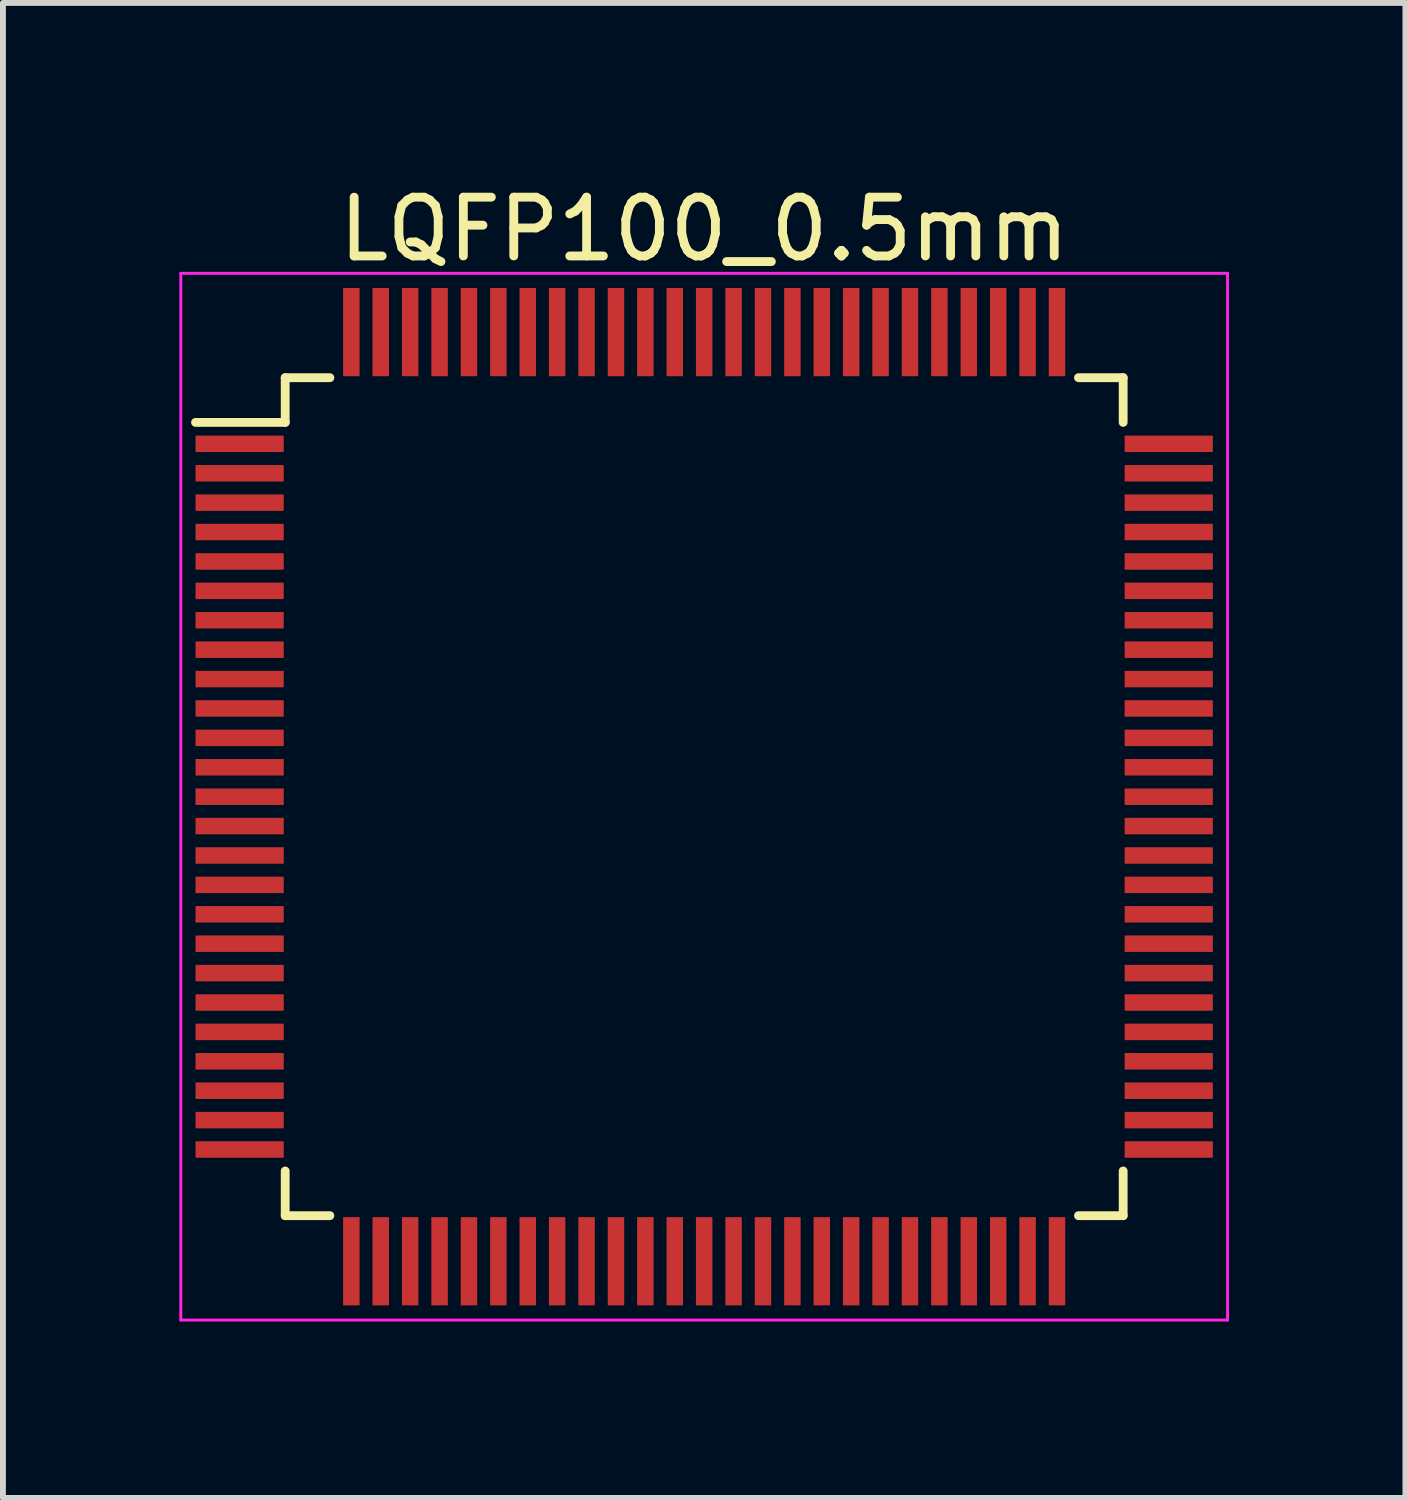
<source format=kicad_pcb>
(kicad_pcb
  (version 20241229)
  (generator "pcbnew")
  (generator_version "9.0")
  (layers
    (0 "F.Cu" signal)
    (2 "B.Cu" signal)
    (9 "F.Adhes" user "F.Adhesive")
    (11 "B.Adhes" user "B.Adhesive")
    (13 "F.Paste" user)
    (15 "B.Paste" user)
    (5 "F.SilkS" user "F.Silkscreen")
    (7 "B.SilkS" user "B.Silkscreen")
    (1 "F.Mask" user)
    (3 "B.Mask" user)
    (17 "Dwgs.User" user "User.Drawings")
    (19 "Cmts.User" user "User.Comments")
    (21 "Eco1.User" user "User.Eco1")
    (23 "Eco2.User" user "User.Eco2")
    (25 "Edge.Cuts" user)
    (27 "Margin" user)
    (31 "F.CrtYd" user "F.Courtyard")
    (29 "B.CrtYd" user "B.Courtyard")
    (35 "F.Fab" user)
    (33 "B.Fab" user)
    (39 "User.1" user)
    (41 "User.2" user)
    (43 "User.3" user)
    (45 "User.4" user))
  (footprint "LQFP100_0.5mm"
    (layer "F.Cu")
    (at 8.925 10.498)
    (property "Reference" "LQFP100_0.5mm" (at 0 -9.65 0) (layer "F.SilkS") (effects (font (size 1 1) (thickness 0.15))))
    (attr smd)
    (fp_line (start -7.125 -7.125) (end -7.125 -6.365) (stroke (width 0.15) (type solid)) (layer "F.SilkS"))
    (fp_line (start -7.125 -7.125) (end -6.365 -7.125) (stroke (width 0.15) (type solid)) (layer "F.SilkS"))
    (fp_line (start -7.125 -6.365) (end -8.65 -6.365) (stroke (width 0.15) (type solid)) (layer "F.SilkS"))
    (fp_line (start -7.125 7.125) (end -7.125 6.365) (stroke (width 0.15) (type solid)) (layer "F.SilkS"))
    (fp_line (start -7.125 7.125) (end -6.365 7.125) (stroke (width 0.15) (type solid)) (layer "F.SilkS"))
    (fp_line (start 7.125 -7.125) (end 6.365 -7.125) (stroke (width 0.15) (type solid)) (layer "F.SilkS"))
    (fp_line (start 7.125 -7.125) (end 7.125 -6.365) (stroke (width 0.15) (type solid)) (layer "F.SilkS"))
    (fp_line (start 7.125 7.125) (end 6.365 7.125) (stroke (width 0.15) (type solid)) (layer "F.SilkS"))
    (fp_line (start 7.125 7.125) (end 7.125 6.365) (stroke (width 0.15) (type solid)) (layer "F.SilkS"))
    (fp_line (start -8.9 -8.9) (end -8.9 8.9) (stroke (width 0.05) (type solid)) (layer "F.CrtYd"))
    (fp_line (start -8.9 -8.9) (end 8.9 -8.9) (stroke (width 0.05) (type solid)) (layer "F.CrtYd"))
    (fp_line (start -8.9 8.9) (end 8.9 8.9) (stroke (width 0.05) (type solid)) (layer "F.CrtYd"))
    (fp_line (start 8.9 -8.9) (end 8.9 8.9) (stroke (width 0.05) (type solid)) (layer "F.CrtYd"))
    (pad "1" smd rect (at -7.9 -6) (size 1.5 0.28) (layers "F.Cu" "F.Mask" "F.Paste"))
    (pad "2" smd rect (at -7.9 -5.5) (size 1.5 0.28) (layers "F.Cu" "F.Mask" "F.Paste"))
    (pad "3" smd rect (at -7.9 -5) (size 1.5 0.28) (layers "F.Cu" "F.Mask" "F.Paste"))
    (pad "4" smd rect (at -7.9 -4.5) (size 1.5 0.28) (layers "F.Cu" "F.Mask" "F.Paste"))
    (pad "5" smd rect (at -7.9 -4) (size 1.5 0.28) (layers "F.Cu" "F.Mask" "F.Paste"))
    (pad "6" smd rect (at -7.9 -3.5) (size 1.5 0.28) (layers "F.Cu" "F.Mask" "F.Paste"))
    (pad "7" smd rect (at -7.9 -3) (size 1.5 0.28) (layers "F.Cu" "F.Mask" "F.Paste"))
    (pad "8" smd rect (at -7.9 -2.5) (size 1.5 0.28) (layers "F.Cu" "F.Mask" "F.Paste"))
    (pad "9" smd rect (at -7.9 -2) (size 1.5 0.28) (layers "F.Cu" "F.Mask" "F.Paste"))
    (pad "10" smd rect (at -7.9 -1.5) (size 1.5 0.28) (layers "F.Cu" "F.Mask" "F.Paste"))
    (pad "11" smd rect (at -7.9 -1) (size 1.5 0.28) (layers "F.Cu" "F.Mask" "F.Paste"))
    (pad "12" smd rect (at -7.9 -0.5) (size 1.5 0.28) (layers "F.Cu" "F.Mask" "F.Paste"))
    (pad "13" smd rect (at -7.9 0) (size 1.5 0.28) (layers "F.Cu" "F.Mask" "F.Paste"))
    (pad "14" smd rect (at -7.9 0.5) (size 1.5 0.28) (layers "F.Cu" "F.Mask" "F.Paste"))
    (pad "15" smd rect (at -7.9 1) (size 1.5 0.28) (layers "F.Cu" "F.Mask" "F.Paste"))
    (pad "16" smd rect (at -7.9 1.5) (size 1.5 0.28) (layers "F.Cu" "F.Mask" "F.Paste"))
    (pad "17" smd rect (at -7.9 2) (size 1.5 0.28) (layers "F.Cu" "F.Mask" "F.Paste"))
    (pad "18" smd rect (at -7.9 2.5) (size 1.5 0.28) (layers "F.Cu" "F.Mask" "F.Paste"))
    (pad "19" smd rect (at -7.9 3) (size 1.5 0.28) (layers "F.Cu" "F.Mask" "F.Paste"))
    (pad "20" smd rect (at -7.9 3.5) (size 1.5 0.28) (layers "F.Cu" "F.Mask" "F.Paste"))
    (pad "21" smd rect (at -7.9 4) (size 1.5 0.28) (layers "F.Cu" "F.Mask" "F.Paste"))
    (pad "22" smd rect (at -7.9 4.5) (size 1.5 0.28) (layers "F.Cu" "F.Mask" "F.Paste"))
    (pad "23" smd rect (at -7.9 5) (size 1.5 0.28) (layers "F.Cu" "F.Mask" "F.Paste"))
    (pad "24" smd rect (at -7.9 5.5) (size 1.5 0.28) (layers "F.Cu" "F.Mask" "F.Paste"))
    (pad "25" smd rect (at -7.9 6) (size 1.5 0.28) (layers "F.Cu" "F.Mask" "F.Paste"))
    (pad "26" smd rect (at -6 7.9 90) (size 1.5 0.28) (layers "F.Cu" "F.Mask" "F.Paste"))
    (pad "27" smd rect (at -5.5 7.9 90) (size 1.5 0.28) (layers "F.Cu" "F.Mask" "F.Paste"))
    (pad "28" smd rect (at -5 7.9 90) (size 1.5 0.28) (layers "F.Cu" "F.Mask" "F.Paste"))
    (pad "29" smd rect (at -4.5 7.9 90) (size 1.5 0.28) (layers "F.Cu" "F.Mask" "F.Paste"))
    (pad "30" smd rect (at -4 7.9 90) (size 1.5 0.28) (layers "F.Cu" "F.Mask" "F.Paste"))
    (pad "31" smd rect (at -3.5 7.9 90) (size 1.5 0.28) (layers "F.Cu" "F.Mask" "F.Paste"))
    (pad "32" smd rect (at -3 7.9 90) (size 1.5 0.28) (layers "F.Cu" "F.Mask" "F.Paste"))
    (pad "33" smd rect (at -2.5 7.9 90) (size 1.5 0.28) (layers "F.Cu" "F.Mask" "F.Paste"))
    (pad "34" smd rect (at -2 7.9 90) (size 1.5 0.28) (layers "F.Cu" "F.Mask" "F.Paste"))
    (pad "35" smd rect (at -1.5 7.9 90) (size 1.5 0.28) (layers "F.Cu" "F.Mask" "F.Paste"))
    (pad "36" smd rect (at -1 7.9 90) (size 1.5 0.28) (layers "F.Cu" "F.Mask" "F.Paste"))
    (pad "37" smd rect (at -0.5 7.9 90) (size 1.5 0.28) (layers "F.Cu" "F.Mask" "F.Paste"))
    (pad "38" smd rect (at 0 7.9 90) (size 1.5 0.28) (layers "F.Cu" "F.Mask" "F.Paste"))
    (pad "39" smd rect (at 0.5 7.9 90) (size 1.5 0.28) (layers "F.Cu" "F.Mask" "F.Paste"))
    (pad "40" smd rect (at 1 7.9 90) (size 1.5 0.28) (layers "F.Cu" "F.Mask" "F.Paste"))
    (pad "41" smd rect (at 1.5 7.9 90) (size 1.5 0.28) (layers "F.Cu" "F.Mask" "F.Paste"))
    (pad "42" smd rect (at 2 7.9 90) (size 1.5 0.28) (layers "F.Cu" "F.Mask" "F.Paste"))
    (pad "43" smd rect (at 2.5 7.9 90) (size 1.5 0.28) (layers "F.Cu" "F.Mask" "F.Paste"))
    (pad "44" smd rect (at 3 7.9 90) (size 1.5 0.28) (layers "F.Cu" "F.Mask" "F.Paste"))
    (pad "45" smd rect (at 3.5 7.9 90) (size 1.5 0.28) (layers "F.Cu" "F.Mask" "F.Paste"))
    (pad "46" smd rect (at 4 7.9 90) (size 1.5 0.28) (layers "F.Cu" "F.Mask" "F.Paste"))
    (pad "47" smd rect (at 4.5 7.9 90) (size 1.5 0.28) (layers "F.Cu" "F.Mask" "F.Paste"))
    (pad "48" smd rect (at 5 7.9 90) (size 1.5 0.28) (layers "F.Cu" "F.Mask" "F.Paste"))
    (pad "49" smd rect (at 5.5 7.9 90) (size 1.5 0.28) (layers "F.Cu" "F.Mask" "F.Paste"))
    (pad "50" smd rect (at 6 7.9 90) (size 1.5 0.28) (layers "F.Cu" "F.Mask" "F.Paste"))
    (pad "51" smd rect (at 7.9 6) (size 1.5 0.28) (layers "F.Cu" "F.Mask" "F.Paste"))
    (pad "52" smd rect (at 7.9 5.5) (size 1.5 0.28) (layers "F.Cu" "F.Mask" "F.Paste"))
    (pad "53" smd rect (at 7.9 5) (size 1.5 0.28) (layers "F.Cu" "F.Mask" "F.Paste"))
    (pad "54" smd rect (at 7.9 4.5) (size 1.5 0.28) (layers "F.Cu" "F.Mask" "F.Paste"))
    (pad "55" smd rect (at 7.9 4) (size 1.5 0.28) (layers "F.Cu" "F.Mask" "F.Paste"))
    (pad "56" smd rect (at 7.9 3.5) (size 1.5 0.28) (layers "F.Cu" "F.Mask" "F.Paste"))
    (pad "57" smd rect (at 7.9 3) (size 1.5 0.28) (layers "F.Cu" "F.Mask" "F.Paste"))
    (pad "58" smd rect (at 7.9 2.5) (size 1.5 0.28) (layers "F.Cu" "F.Mask" "F.Paste"))
    (pad "59" smd rect (at 7.9 2) (size 1.5 0.28) (layers "F.Cu" "F.Mask" "F.Paste"))
    (pad "60" smd rect (at 7.9 1.5) (size 1.5 0.28) (layers "F.Cu" "F.Mask" "F.Paste"))
    (pad "61" smd rect (at 7.9 1) (size 1.5 0.28) (layers "F.Cu" "F.Mask" "F.Paste"))
    (pad "62" smd rect (at 7.9 0.5) (size 1.5 0.28) (layers "F.Cu" "F.Mask" "F.Paste"))
    (pad "63" smd rect (at 7.9 0) (size 1.5 0.28) (layers "F.Cu" "F.Mask" "F.Paste"))
    (pad "64" smd rect (at 7.9 -0.5) (size 1.5 0.28) (layers "F.Cu" "F.Mask" "F.Paste"))
    (pad "65" smd rect (at 7.9 -1) (size 1.5 0.28) (layers "F.Cu" "F.Mask" "F.Paste"))
    (pad "66" smd rect (at 7.9 -1.5) (size 1.5 0.28) (layers "F.Cu" "F.Mask" "F.Paste"))
    (pad "67" smd rect (at 7.9 -2) (size 1.5 0.28) (layers "F.Cu" "F.Mask" "F.Paste"))
    (pad "68" smd rect (at 7.9 -2.5) (size 1.5 0.28) (layers "F.Cu" "F.Mask" "F.Paste"))
    (pad "69" smd rect (at 7.9 -3) (size 1.5 0.28) (layers "F.Cu" "F.Mask" "F.Paste"))
    (pad "70" smd rect (at 7.9 -3.5) (size 1.5 0.28) (layers "F.Cu" "F.Mask" "F.Paste"))
    (pad "71" smd rect (at 7.9 -4) (size 1.5 0.28) (layers "F.Cu" "F.Mask" "F.Paste"))
    (pad "72" smd rect (at 7.9 -4.5) (size 1.5 0.28) (layers "F.Cu" "F.Mask" "F.Paste"))
    (pad "73" smd rect (at 7.9 -5) (size 1.5 0.28) (layers "F.Cu" "F.Mask" "F.Paste"))
    (pad "74" smd rect (at 7.9 -5.5) (size 1.5 0.28) (layers "F.Cu" "F.Mask" "F.Paste"))
    (pad "75" smd rect (at 7.9 -6) (size 1.5 0.28) (layers "F.Cu" "F.Mask" "F.Paste"))
    (pad "76" smd rect (at 6 -7.9 90) (size 1.5 0.28) (layers "F.Cu" "F.Mask" "F.Paste"))
    (pad "77" smd rect (at 5.5 -7.9 90) (size 1.5 0.28) (layers "F.Cu" "F.Mask" "F.Paste"))
    (pad "78" smd rect (at 5 -7.9 90) (size 1.5 0.28) (layers "F.Cu" "F.Mask" "F.Paste"))
    (pad "79" smd rect (at 4.5 -7.9 90) (size 1.5 0.28) (layers "F.Cu" "F.Mask" "F.Paste"))
    (pad "80" smd rect (at 4 -7.9 90) (size 1.5 0.28) (layers "F.Cu" "F.Mask" "F.Paste"))
    (pad "81" smd rect (at 3.5 -7.9 90) (size 1.5 0.28) (layers "F.Cu" "F.Mask" "F.Paste"))
    (pad "82" smd rect (at 3 -7.9 90) (size 1.5 0.28) (layers "F.Cu" "F.Mask" "F.Paste"))
    (pad "83" smd rect (at 2.5 -7.9 90) (size 1.5 0.28) (layers "F.Cu" "F.Mask" "F.Paste"))
    (pad "84" smd rect (at 2 -7.9 90) (size 1.5 0.28) (layers "F.Cu" "F.Mask" "F.Paste"))
    (pad "85" smd rect (at 1.5 -7.9 90) (size 1.5 0.28) (layers "F.Cu" "F.Mask" "F.Paste"))
    (pad "86" smd rect (at 1 -7.9 90) (size 1.5 0.28) (layers "F.Cu" "F.Mask" "F.Paste"))
    (pad "87" smd rect (at 0.5 -7.9 90) (size 1.5 0.28) (layers "F.Cu" "F.Mask" "F.Paste"))
    (pad "88" smd rect (at 0 -7.9 90) (size 1.5 0.28) (layers "F.Cu" "F.Mask" "F.Paste"))
    (pad "89" smd rect (at -0.5 -7.9 90) (size 1.5 0.28) (layers "F.Cu" "F.Mask" "F.Paste"))
    (pad "90" smd rect (at -1 -7.9 90) (size 1.5 0.28) (layers "F.Cu" "F.Mask" "F.Paste"))
    (pad "91" smd rect (at -1.5 -7.9 90) (size 1.5 0.28) (layers "F.Cu" "F.Mask" "F.Paste"))
    (pad "92" smd rect (at -2 -7.9 90) (size 1.5 0.28) (layers "F.Cu" "F.Mask" "F.Paste"))
    (pad "93" smd rect (at -2.5 -7.9 90) (size 1.5 0.28) (layers "F.Cu" "F.Mask" "F.Paste"))
    (pad "94" smd rect (at -3 -7.9 90) (size 1.5 0.28) (layers "F.Cu" "F.Mask" "F.Paste"))
    (pad "95" smd rect (at -3.5 -7.9 90) (size 1.5 0.28) (layers "F.Cu" "F.Mask" "F.Paste"))
    (pad "96" smd rect (at -4 -7.9 90) (size 1.5 0.28) (layers "F.Cu" "F.Mask" "F.Paste"))
    (pad "97" smd rect (at -4.5 -7.9 90) (size 1.5 0.28) (layers "F.Cu" "F.Mask" "F.Paste"))
    (pad "98" smd rect (at -5 -7.9 90) (size 1.5 0.28) (layers "F.Cu" "F.Mask" "F.Paste"))
    (pad "99" smd rect (at -5.5 -7.9 90) (size 1.5 0.28) (layers "F.Cu" "F.Mask" "F.Paste"))
    (pad "100" smd rect (at -6 -7.9 90) (size 1.5 0.28) (layers "F.Cu" "F.Mask" "F.Paste")))
  (gr_rect
    (start -3 -3)
    (end 20.85 22.423)
    (stroke (width 0.1) (type default))
    (fill no)
    (layer "Edge.Cuts")))
</source>
